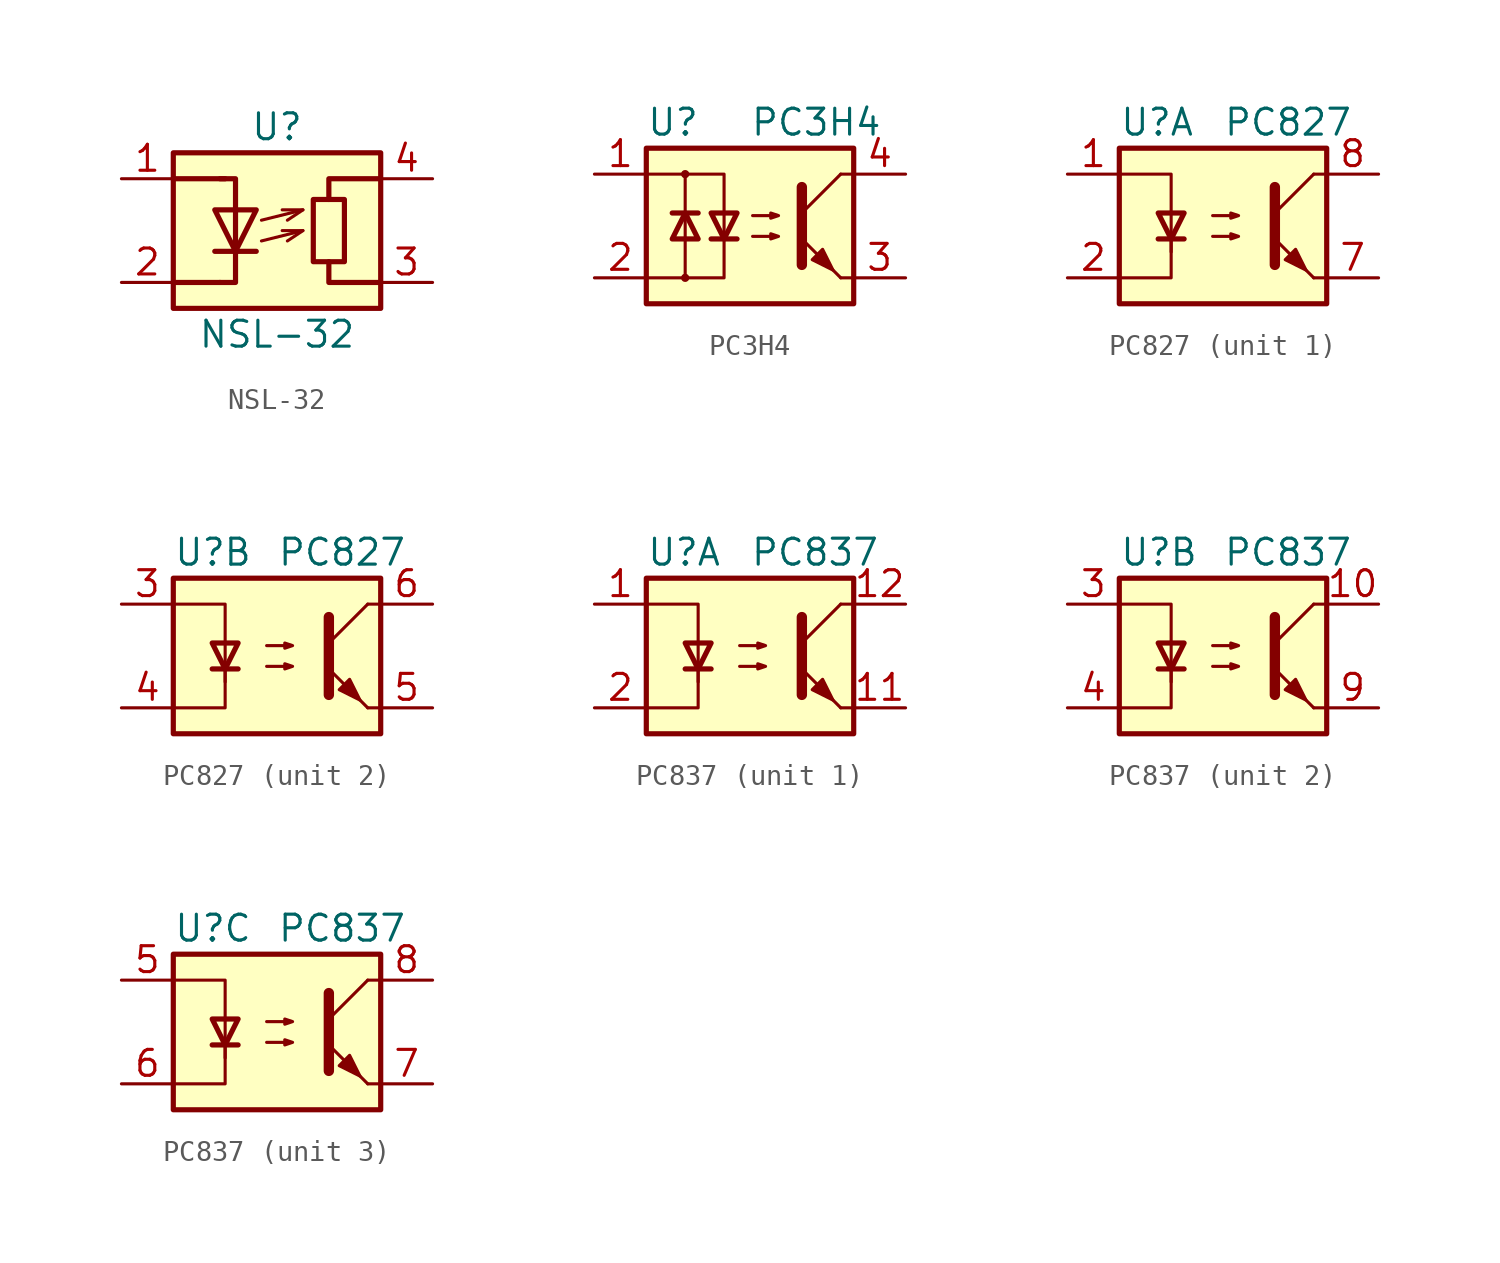
<source format=kicad_sym>
(kicad_symbol_lib
  (version 20241209)
  (generator "kicad_symbol_editor")
  (generator_version "9.0")
  (symbol "NSL-32"
    (pin_names
      (offset 0.762)
      (hide yes))
    (property "Reference" "U"
      (at 0 5.08 0)
      (effects (font (size 1.27 1.27))))
    (property "Value" "NSL-32"
      (at 0 -5.08 0)
      (effects (font (size 1.27 1.27))))
    (symbol "NSL-32_0_1"
      (rectangle (start -5.08 3.81) (end 5.08 -3.81) (stroke (width 0.254) (type default)) (fill (type background)))
      (polyline (pts (xy -5.08 2.54) (xy -2.54 2.54)) (stroke (width 0.254) (type default)) (fill (type none)))
      (polyline (pts (xy -2.794 -2.54) (xy -5.08 -2.54)) (stroke (width 0.254) (type default)) (fill (type none)))
      (polyline (pts (xy -2.794 -2.54) (xy -2.032 -2.54) (xy -2.032 2.54) (xy -2.794 2.54)) (stroke (width 0.254) (type default)) (fill (type none)))
      (polyline (pts (xy -1.016 1.016) (xy -3.048 1.016) (xy -2.032 -1.016) (xy -1.016 1.016) (xy -1.016 1.016) (xy -1.016 1.016)) (stroke (width 0.254) (type default)) (fill (type none)))
      (polyline (pts (xy -1.016 -1.016) (xy -3.048 -1.016) (xy -3.048 -1.016)) (stroke (width 0.254) (type default)) (fill (type none)))
      (polyline (pts (xy -0.762 0.508) (xy 1.27 1.016) (xy 1.27 1.016)) (stroke (width 0) (type default)) (fill (type none)))
      (polyline (pts (xy -0.762 -0.508) (xy 1.27 0) (xy 1.27 0)) (stroke (width 0) (type default)) (fill (type none)))
      (polyline (pts (xy 0.254 1.016) (xy 1.27 1.016) (xy 0.508 0.508) (xy 0.508 0.508)) (stroke (width 0) (type default)) (fill (type none)))
      (polyline (pts (xy 0.254 0) (xy 1.27 0) (xy 0.508 -0.508) (xy 0.508 -0.508)) (stroke (width 0) (type default)) (fill (type none)))
      (rectangle (start 1.778 1.524) (end 3.302 -1.524) (stroke (width 0.254) (type default)) (fill (type none)))
      (polyline (pts (xy 2.54 1.524) (xy 2.54 2.54) (xy 5.08 2.54)) (stroke (width 0.254) (type default)) (fill (type none)))
      (polyline (pts (xy 2.54 -1.524) (xy 2.54 -2.54) (xy 5.08 -2.54)) (stroke (width 0.254) (type default)) (fill (type none))))
    (symbol "NSL-32_1_1"
      (pin passive line (at -7.62 2.54 0) (length 2.54) (name "A" (effects (font (size 1.27 1.27)))) (number "1" (effects (font (size 1.27 1.27)))))
      (pin passive line (at -7.62 -2.54 0) (length 2.54) (name "K" (effects (font (size 1.27 1.27)))) (number "2" (effects (font (size 1.27 1.27)))))
      (pin passive line (at 7.62 2.54 180) (length 2.54) (name "R" (effects (font (size 1.27 1.27)))) (number "4" (effects (font (size 1.27 1.27)))))
      (pin passive line (at 7.62 -2.54 180) (length 2.54) (name "R" (effects (font (size 1.27 1.27)))) (number "3" (effects (font (size 1.27 1.27)))))))
  (symbol "PC3H4"
    (pin_names
      (offset 1.016))
    (property "Reference" "U"
      (at -5.08 5.08 0)
      (effects (font (size 1.27 1.27)) (justify left)))
    (property "Value" "PC3H4"
      (at 0 5.08 0)
      (effects (font (size 1.27 1.27)) (justify left)))
    (symbol "PC3H4_0_1"
      (rectangle (start -5.08 3.81) (end 5.08 -3.81) (stroke (width 0.254) (type default)) (fill (type background)))
      (polyline (pts (xy -5.08 2.54) (xy -1.27 2.54) (xy -1.27 -0.635)) (stroke (width 0) (type default)) (fill (type none)))
      (polyline (pts (xy -3.81 0.635) (xy -2.54 0.635)) (stroke (width 0.254) (type default)) (fill (type none)))
      (circle (center -3.175 2.54) (radius 0.127) (stroke (width 0) (type default)) (fill (type none)))
      (polyline (pts (xy -3.175 0.635) (xy -3.81 -0.635) (xy -2.54 -0.635) (xy -3.175 0.635)) (stroke (width 0.254) (type default)) (fill (type none)))
      (polyline (pts (xy -3.175 -0.635) (xy -3.175 2.54)) (stroke (width 0) (type default)) (fill (type none)))
      (polyline (pts (xy -3.175 -0.635) (xy -3.175 -2.54)) (stroke (width 0) (type default)) (fill (type none)))
      (circle (center -3.175 -2.54) (radius 0.127) (stroke (width 0) (type default)) (fill (type none)))
      (polyline (pts (xy -1.905 -0.635) (xy -0.635 -0.635)) (stroke (width 0.254) (type default)) (fill (type none)))
      (polyline (pts (xy -1.27 -0.635) (xy -1.27 -2.54) (xy -5.08 -2.54)) (stroke (width 0) (type default)) (fill (type none)))
      (polyline (pts (xy -1.27 -0.635) (xy -1.905 0.635) (xy -0.635 0.635) (xy -1.27 -0.635)) (stroke (width 0.254) (type default)) (fill (type none)))
      (polyline (pts (xy 0.127 0.508) (xy 1.397 0.508) (xy 1.016 0.381) (xy 1.016 0.635) (xy 1.397 0.508)) (stroke (width 0) (type default)) (fill (type none)))
      (polyline (pts (xy 0.127 -0.508) (xy 1.397 -0.508) (xy 1.016 -0.635) (xy 1.016 -0.381) (xy 1.397 -0.508)) (stroke (width 0) (type default)) (fill (type none)))
      (polyline (pts (xy 2.54 1.905) (xy 2.54 -1.905) (xy 2.54 -1.905)) (stroke (width 0.508) (type default)) (fill (type none)))
      (polyline (pts (xy 2.54 0.635) (xy 4.445 2.54)) (stroke (width 0) (type default)) (fill (type none)))
      (polyline (pts (xy 3.048 -1.651) (xy 3.556 -1.143) (xy 4.064 -2.159) (xy 3.048 -1.651) (xy 3.048 -1.651)) (stroke (width 0) (type default)) (fill (type outline)))
      (polyline (pts (xy 4.445 2.54) (xy 5.08 2.54)) (stroke (width 0) (type default)) (fill (type none)))
      (polyline (pts (xy 4.445 -2.54) (xy 2.54 -0.635)) (stroke (width 0) (type default)) (fill (type outline)))
      (polyline (pts (xy 4.445 -2.54) (xy 5.08 -2.54)) (stroke (width 0) (type default)) (fill (type none))))
    (symbol "PC3H4_1_1"
      (pin passive line (at -7.62 2.54 0) (length 2.54) (name "~" (effects (font (size 1.27 1.27)))) (number "1" (effects (font (size 1.27 1.27)))))
      (pin passive line (at -7.62 -2.54 0) (length 2.54) (name "~" (effects (font (size 1.27 1.27)))) (number "2" (effects (font (size 1.27 1.27)))))
      (pin passive line (at 7.62 2.54 180) (length 2.54) (name "~" (effects (font (size 1.27 1.27)))) (number "4" (effects (font (size 1.27 1.27)))))
      (pin passive line (at 7.62 -2.54 180) (length 2.54) (name "~" (effects (font (size 1.27 1.27)))) (number "3" (effects (font (size 1.27 1.27)))))))
  (symbol "PC827"
    (pin_names
      (offset 1.016))
    (property "Reference" "U"
      (at -5.08 5.08 0)
      (effects (font (size 1.27 1.27)) (justify left)))
    (property "Value" "PC827"
      (at 0 5.08 0)
      (effects (font (size 1.27 1.27)) (justify left)))
    (symbol "PC827_0_1"
      (rectangle (start -5.08 3.81) (end 5.08 -3.81) (stroke (width 0.254) (type default)) (fill (type background)))
      (polyline (pts (xy -5.08 2.54) (xy -2.54 2.54) (xy -2.54 -1.27) (xy -2.54 0.635)) (stroke (width 0) (type default)) (fill (type none)))
      (polyline (pts (xy -3.175 -0.635) (xy -1.905 -0.635)) (stroke (width 0.254) (type default)) (fill (type none)))
      (polyline (pts (xy -2.54 -0.635) (xy -2.54 -2.54) (xy -5.08 -2.54)) (stroke (width 0) (type default)) (fill (type none)))
      (polyline (pts (xy -2.54 -0.635) (xy -3.175 0.635) (xy -1.905 0.635) (xy -2.54 -0.635)) (stroke (width 0.254) (type default)) (fill (type none)))
      (polyline (pts (xy -0.508 0.508) (xy 0.762 0.508) (xy 0.381 0.381) (xy 0.381 0.635) (xy 0.762 0.508)) (stroke (width 0) (type default)) (fill (type none)))
      (polyline (pts (xy -0.508 -0.508) (xy 0.762 -0.508) (xy 0.381 -0.635) (xy 0.381 -0.381) (xy 0.762 -0.508)) (stroke (width 0) (type default)) (fill (type none)))
      (polyline (pts (xy 2.54 1.905) (xy 2.54 -1.905) (xy 2.54 -1.905)) (stroke (width 0.508) (type default)) (fill (type none)))
      (polyline (pts (xy 2.54 0.635) (xy 4.445 2.54)) (stroke (width 0) (type default)) (fill (type none)))
      (polyline (pts (xy 3.048 -1.651) (xy 3.556 -1.143) (xy 4.064 -2.159) (xy 3.048 -1.651) (xy 3.048 -1.651)) (stroke (width 0) (type default)) (fill (type outline)))
      (polyline (pts (xy 4.445 2.54) (xy 5.08 2.54)) (stroke (width 0) (type default)) (fill (type none)))
      (polyline (pts (xy 4.445 -2.54) (xy 2.54 -0.635)) (stroke (width 0) (type default)) (fill (type outline)))
      (polyline (pts (xy 4.445 -2.54) (xy 5.08 -2.54)) (stroke (width 0) (type default)) (fill (type none))))
    (symbol "PC827_1_1"
      (pin passive line (at -7.62 2.54 0) (length 2.54) (name "~" (effects (font (size 1.27 1.27)))) (number "1" (effects (font (size 1.27 1.27)))))
      (pin passive line (at -7.62 -2.54 0) (length 2.54) (name "~" (effects (font (size 1.27 1.27)))) (number "2" (effects (font (size 1.27 1.27)))))
      (pin passive line (at 7.62 2.54 180) (length 2.54) (name "~" (effects (font (size 1.27 1.27)))) (number "8" (effects (font (size 1.27 1.27)))))
      (pin passive line (at 7.62 -2.54 180) (length 2.54) (name "~" (effects (font (size 1.27 1.27)))) (number "7" (effects (font (size 1.27 1.27))))))
    (symbol "PC827_2_1"
      (pin passive line (at -7.62 2.54 0) (length 2.54) (name "~" (effects (font (size 1.27 1.27)))) (number "3" (effects (font (size 1.27 1.27)))))
      (pin passive line (at -7.62 -2.54 0) (length 2.54) (name "~" (effects (font (size 1.27 1.27)))) (number "4" (effects (font (size 1.27 1.27)))))
      (pin passive line (at 7.62 2.54 180) (length 2.54) (name "~" (effects (font (size 1.27 1.27)))) (number "6" (effects (font (size 1.27 1.27)))))
      (pin passive line (at 7.62 -2.54 180) (length 2.54) (name "~" (effects (font (size 1.27 1.27)))) (number "5" (effects (font (size 1.27 1.27)))))))
  (symbol "PC837"
    (pin_names
      (offset 1.016))
    (property "Reference" "U"
      (at -5.08 5.08 0)
      (effects (font (size 1.27 1.27)) (justify left)))
    (property "Value" "PC837"
      (at 0 5.08 0)
      (effects (font (size 1.27 1.27)) (justify left)))
    (symbol "PC837_0_1"
      (rectangle (start -5.08 3.81) (end 5.08 -3.81) (stroke (width 0.254) (type default)) (fill (type background)))
      (polyline (pts (xy -5.08 2.54) (xy -2.54 2.54) (xy -2.54 -1.27) (xy -2.54 0.635)) (stroke (width 0) (type default)) (fill (type none)))
      (polyline (pts (xy -3.175 -0.635) (xy -1.905 -0.635)) (stroke (width 0.254) (type default)) (fill (type none)))
      (polyline (pts (xy -2.54 -0.635) (xy -2.54 -2.54) (xy -5.08 -2.54)) (stroke (width 0) (type default)) (fill (type none)))
      (polyline (pts (xy -2.54 -0.635) (xy -3.175 0.635) (xy -1.905 0.635) (xy -2.54 -0.635)) (stroke (width 0.254) (type default)) (fill (type none)))
      (polyline (pts (xy -0.508 0.508) (xy 0.762 0.508) (xy 0.381 0.381) (xy 0.381 0.635) (xy 0.762 0.508)) (stroke (width 0) (type default)) (fill (type none)))
      (polyline (pts (xy -0.508 -0.508) (xy 0.762 -0.508) (xy 0.381 -0.635) (xy 0.381 -0.381) (xy 0.762 -0.508)) (stroke (width 0) (type default)) (fill (type none)))
      (polyline (pts (xy 2.54 1.905) (xy 2.54 -1.905) (xy 2.54 -1.905)) (stroke (width 0.508) (type default)) (fill (type none)))
      (polyline (pts (xy 2.54 0.635) (xy 4.445 2.54)) (stroke (width 0) (type default)) (fill (type none)))
      (polyline (pts (xy 3.048 -1.651) (xy 3.556 -1.143) (xy 4.064 -2.159) (xy 3.048 -1.651) (xy 3.048 -1.651)) (stroke (width 0) (type default)) (fill (type outline)))
      (polyline (pts (xy 4.445 2.54) (xy 5.08 2.54)) (stroke (width 0) (type default)) (fill (type none)))
      (polyline (pts (xy 4.445 -2.54) (xy 2.54 -0.635)) (stroke (width 0) (type default)) (fill (type outline)))
      (polyline (pts (xy 4.445 -2.54) (xy 5.08 -2.54)) (stroke (width 0) (type default)) (fill (type none))))
    (symbol "PC837_1_1"
      (pin passive line (at -7.62 2.54 0) (length 2.54) (name "~" (effects (font (size 1.27 1.27)))) (number "1" (effects (font (size 1.27 1.27)))))
      (pin passive line (at -7.62 -2.54 0) (length 2.54) (name "~" (effects (font (size 1.27 1.27)))) (number "2" (effects (font (size 1.27 1.27)))))
      (pin passive line (at 7.62 2.54 180) (length 2.54) (name "~" (effects (font (size 1.27 1.27)))) (number "12" (effects (font (size 1.27 1.27)))))
      (pin passive line (at 7.62 -2.54 180) (length 2.54) (name "~" (effects (font (size 1.27 1.27)))) (number "11" (effects (font (size 1.27 1.27))))))
    (symbol "PC837_2_1"
      (pin passive line (at -7.62 2.54 0) (length 2.54) (name "~" (effects (font (size 1.27 1.27)))) (number "3" (effects (font (size 1.27 1.27)))))
      (pin passive line (at -7.62 -2.54 0) (length 2.54) (name "~" (effects (font (size 1.27 1.27)))) (number "4" (effects (font (size 1.27 1.27)))))
      (pin passive line (at 7.62 2.54 180) (length 2.54) (name "~" (effects (font (size 1.27 1.27)))) (number "10" (effects (font (size 1.27 1.27)))))
      (pin passive line (at 7.62 -2.54 180) (length 2.54) (name "~" (effects (font (size 1.27 1.27)))) (number "9" (effects (font (size 1.27 1.27))))))
    (symbol "PC837_3_1"
      (pin passive line (at -7.62 2.54 0) (length 2.54) (name "~" (effects (font (size 1.27 1.27)))) (number "5" (effects (font (size 1.27 1.27)))))
      (pin passive line (at -7.62 -2.54 0) (length 2.54) (name "~" (effects (font (size 1.27 1.27)))) (number "6" (effects (font (size 1.27 1.27)))))
      (pin passive line (at 7.62 2.54 180) (length 2.54) (name "~" (effects (font (size 1.27 1.27)))) (number "8" (effects (font (size 1.27 1.27)))))
      (pin passive line (at 7.62 -2.54 180) (length 2.54) (name "~" (effects (font (size 1.27 1.27)))) (number "7" (effects (font (size 1.27 1.27))))))))
</source>
